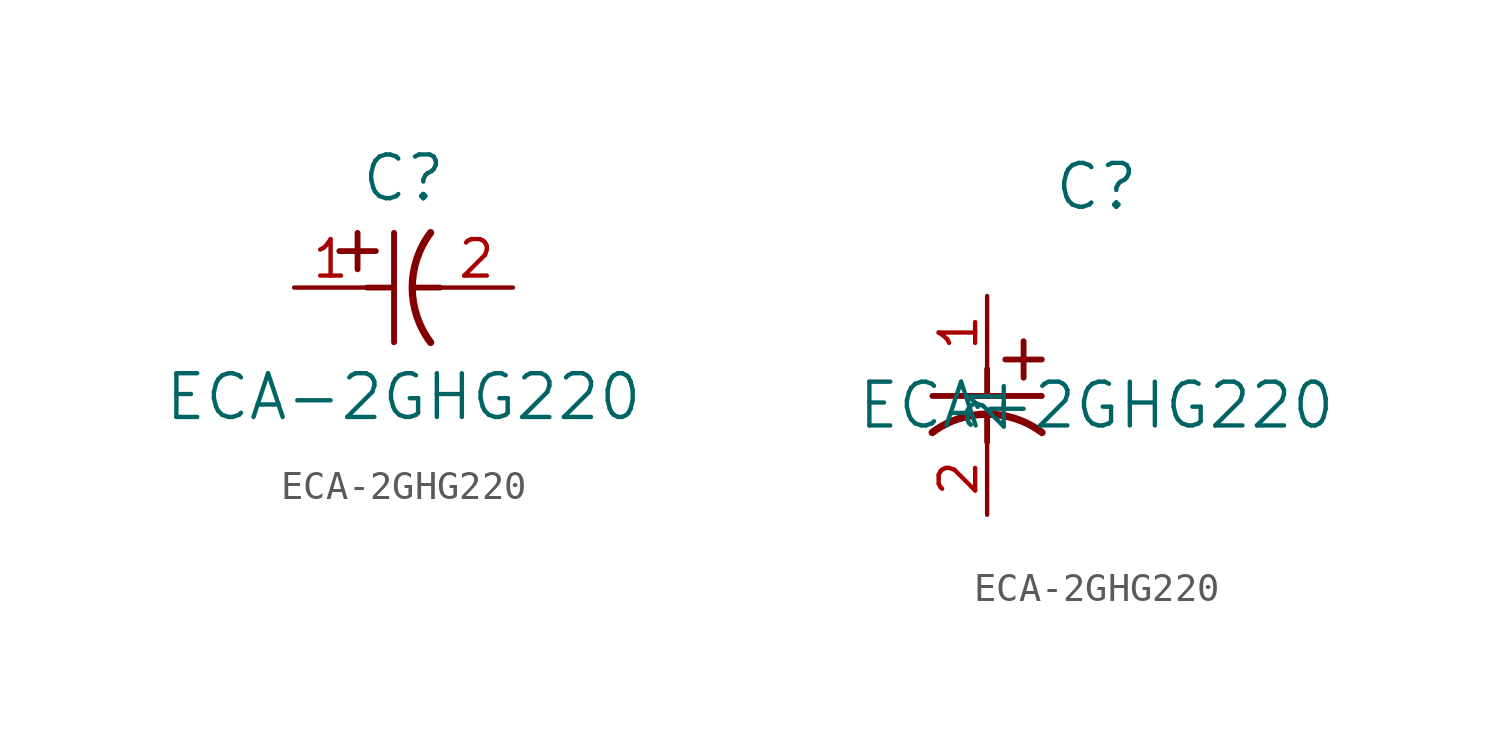
<source format=kicad_sym>
(kicad_symbol_lib
  (version 20211014)
  (generator kicad_symbol_editor)
  (symbol "ECA-2GHG220"
    (pin_names
      (offset 0.254))
    (property "Reference" "C"
      (at 3.81 3.81 0)
      (effects (font (size 1.524 1.524))))
    (property "Value" "ECA-2GHG220"
      (at 3.81 -3.81 0)
      (effects (font (size 1.524 1.524))))
    (symbol "ECA-2GHG220_1_1"
      (polyline (pts (xy 2.21 0.635) (xy 2.21 1.905)) (stroke (width 0.203) (type default) (color 0 0 0 0)) (fill (type none)))
      (arc (start 4.754132 1.910763) (mid 4.1148 0) (end 4.754132 -1.910763) (stroke (width 0.254) (type default) (color 0 0 0 0)) (fill (type none)))
      (polyline (pts (xy 4.115 0) (xy 5.08 0)) (stroke (width 0.203) (type default) (color 0 0 0 0)) (fill (type none)))
      (polyline (pts (xy 3.48 -1.905) (xy 3.48 1.905)) (stroke (width 0.203) (type default) (color 0 0 0 0)) (fill (type none)))
      (polyline (pts (xy 1.575 1.27) (xy 2.845 1.27)) (stroke (width 0.203) (type default) (color 0 0 0 0)) (fill (type none)))
      (polyline (pts (xy 2.54 0) (xy 3.48 0)) (stroke (width 0.203) (type default) (color 0 0 0 0)) (fill (type none)))
      (pin unspecified line (at 0 0 0) (length 2.54) (name "" (effects (font (size 1.27 1.27)))) (number "1" (effects (font (size 1.27 1.27)))))
      (pin unspecified line (at 7.62 0 180) (length 2.54) (name "" (effects (font (size 1.27 1.27)))) (number "2" (effects (font (size 1.27 1.27))))))
    (symbol "ECA-2GHG220_1_2"
      (polyline (pts (xy 0 -2.54) (xy 0 -3.48)) (stroke (width 0.203) (type default) (color 0 0 0 0)) (fill (type none)))
      (arc (start 1.910763 -4.754132) (mid 0 -4.1148) (end -1.910763 -4.754132) (stroke (width 0.254) (type default) (color 0 0 0 0)) (fill (type none)))
      (polyline (pts (xy -1.905 -3.48) (xy 1.905 -3.48)) (stroke (width 0.203) (type default) (color 0 0 0 0)) (fill (type none)))
      (polyline (pts (xy 0.635 -2.21) (xy 1.905 -2.21)) (stroke (width 0.203) (type default) (color 0 0 0 0)) (fill (type none)))
      (polyline (pts (xy 1.27 -1.575) (xy 1.27 -2.845)) (stroke (width 0.203) (type default) (color 0 0 0 0)) (fill (type none)))
      (polyline (pts (xy 0 -4.115) (xy 0 -5.08)) (stroke (width 0.203) (type default) (color 0 0 0 0)) (fill (type none)))
      (pin unspecified line (at 0 0 270) (length 2.54) (name "1" (effects (font (size 1.27 1.27)))) (number "1" (effects (font (size 1.27 1.27)))))
      (pin unspecified line (at 0 -7.62 90) (length 2.54) (name "2" (effects (font (size 1.27 1.27)))) (number "2" (effects (font (size 1.27 1.27))))))))
</source>
